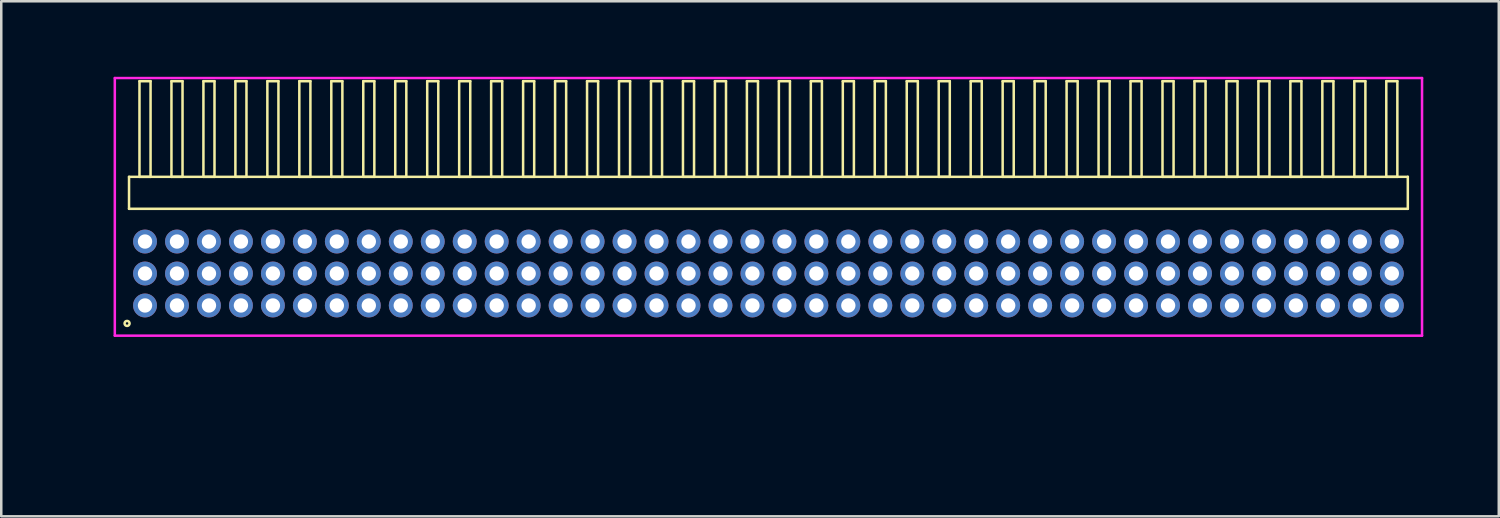
<source format=kicad_pcb>
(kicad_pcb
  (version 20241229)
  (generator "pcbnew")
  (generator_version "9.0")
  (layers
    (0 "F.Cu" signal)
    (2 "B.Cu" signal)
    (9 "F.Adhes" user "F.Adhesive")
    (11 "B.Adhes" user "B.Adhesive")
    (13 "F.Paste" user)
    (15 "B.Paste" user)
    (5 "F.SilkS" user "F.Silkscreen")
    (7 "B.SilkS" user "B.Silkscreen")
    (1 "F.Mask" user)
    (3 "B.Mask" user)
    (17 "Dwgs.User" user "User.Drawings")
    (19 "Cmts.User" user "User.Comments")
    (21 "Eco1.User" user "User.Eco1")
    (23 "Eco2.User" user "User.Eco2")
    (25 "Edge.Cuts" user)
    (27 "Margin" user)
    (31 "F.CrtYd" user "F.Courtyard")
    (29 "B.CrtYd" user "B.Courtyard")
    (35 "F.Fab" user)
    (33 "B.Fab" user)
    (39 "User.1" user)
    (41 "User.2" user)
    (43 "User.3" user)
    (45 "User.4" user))
  (footprint "HDR_RA127P40x3"
    (layer "F.Cu")
    (at 27.476 7.815)
    (property "Reference" "HDR_RA127P40x3" (at -26.715 0 90) (layer "User.1") (effects (font (size 1 1) (thickness 0.1))))
    (attr through_hole)
    (fp_line (start -25.4 -3.84) (end -25.4 -2.57) (stroke (width 0.1) (type solid)) (layer "F.SilkS"))
    (fp_line (start -25.4 -2.57) (end 25.4 -2.57) (stroke (width 0.1) (type solid)) (layer "F.SilkS"))
    (fp_line (start -24.985 -7.64) (end -24.985 -3.84) (stroke (width 0.1) (type solid)) (layer "F.SilkS"))
    (fp_line (start -24.985 -3.84) (end -24.545 -3.84) (stroke (width 0.1) (type solid)) (layer "F.SilkS"))
    (fp_line (start -24.545 -7.64) (end -24.985 -7.64) (stroke (width 0.1) (type solid)) (layer "F.SilkS"))
    (fp_line (start -24.545 -3.84) (end -24.545 -7.64) (stroke (width 0.1) (type solid)) (layer "F.SilkS"))
    (fp_line (start -23.715 -7.64) (end -23.715 -3.84) (stroke (width 0.1) (type solid)) (layer "F.SilkS"))
    (fp_line (start -23.715 -3.84) (end -23.275 -3.84) (stroke (width 0.1) (type solid)) (layer "F.SilkS"))
    (fp_line (start -23.275 -7.64) (end -23.715 -7.64) (stroke (width 0.1) (type solid)) (layer "F.SilkS"))
    (fp_line (start -23.275 -3.84) (end -23.275 -7.64) (stroke (width 0.1) (type solid)) (layer "F.SilkS"))
    (fp_line (start -22.445 -7.64) (end -22.445 -3.84) (stroke (width 0.1) (type solid)) (layer "F.SilkS"))
    (fp_line (start -22.445 -3.84) (end -22.005 -3.84) (stroke (width 0.1) (type solid)) (layer "F.SilkS"))
    (fp_line (start -22.005 -7.64) (end -22.445 -7.64) (stroke (width 0.1) (type solid)) (layer "F.SilkS"))
    (fp_line (start -22.005 -3.84) (end -22.005 -7.64) (stroke (width 0.1) (type solid)) (layer "F.SilkS"))
    (fp_line (start -21.175 -7.64) (end -21.175 -3.84) (stroke (width 0.1) (type solid)) (layer "F.SilkS"))
    (fp_line (start -21.175 -3.84) (end -20.735 -3.84) (stroke (width 0.1) (type solid)) (layer "F.SilkS"))
    (fp_line (start -20.735 -7.64) (end -21.175 -7.64) (stroke (width 0.1) (type solid)) (layer "F.SilkS"))
    (fp_line (start -20.735 -3.84) (end -20.735 -7.64) (stroke (width 0.1) (type solid)) (layer "F.SilkS"))
    (fp_line (start -19.905 -7.64) (end -19.905 -3.84) (stroke (width 0.1) (type solid)) (layer "F.SilkS"))
    (fp_line (start -19.905 -3.84) (end -19.465 -3.84) (stroke (width 0.1) (type solid)) (layer "F.SilkS"))
    (fp_line (start -19.465 -7.64) (end -19.905 -7.64) (stroke (width 0.1) (type solid)) (layer "F.SilkS"))
    (fp_line (start -19.465 -3.84) (end -19.465 -7.64) (stroke (width 0.1) (type solid)) (layer "F.SilkS"))
    (fp_line (start -18.635 -7.64) (end -18.635 -3.84) (stroke (width 0.1) (type solid)) (layer "F.SilkS"))
    (fp_line (start -18.635 -3.84) (end -18.195 -3.84) (stroke (width 0.1) (type solid)) (layer "F.SilkS"))
    (fp_line (start -18.195 -7.64) (end -18.635 -7.64) (stroke (width 0.1) (type solid)) (layer "F.SilkS"))
    (fp_line (start -18.195 -3.84) (end -18.195 -7.64) (stroke (width 0.1) (type solid)) (layer "F.SilkS"))
    (fp_line (start -17.365 -7.64) (end -17.365 -3.84) (stroke (width 0.1) (type solid)) (layer "F.SilkS"))
    (fp_line (start -17.365 -3.84) (end -16.925 -3.84) (stroke (width 0.1) (type solid)) (layer "F.SilkS"))
    (fp_line (start -16.925 -7.64) (end -17.365 -7.64) (stroke (width 0.1) (type solid)) (layer "F.SilkS"))
    (fp_line (start -16.925 -3.84) (end -16.925 -7.64) (stroke (width 0.1) (type solid)) (layer "F.SilkS"))
    (fp_line (start -16.095 -7.64) (end -16.095 -3.84) (stroke (width 0.1) (type solid)) (layer "F.SilkS"))
    (fp_line (start -16.095 -3.84) (end -15.655 -3.84) (stroke (width 0.1) (type solid)) (layer "F.SilkS"))
    (fp_line (start -15.655 -7.64) (end -16.095 -7.64) (stroke (width 0.1) (type solid)) (layer "F.SilkS"))
    (fp_line (start -15.655 -3.84) (end -15.655 -7.64) (stroke (width 0.1) (type solid)) (layer "F.SilkS"))
    (fp_line (start -14.825 -7.64) (end -14.825 -3.84) (stroke (width 0.1) (type solid)) (layer "F.SilkS"))
    (fp_line (start -14.825 -3.84) (end -14.385 -3.84) (stroke (width 0.1) (type solid)) (layer "F.SilkS"))
    (fp_line (start -14.385 -7.64) (end -14.825 -7.64) (stroke (width 0.1) (type solid)) (layer "F.SilkS"))
    (fp_line (start -14.385 -3.84) (end -14.385 -7.64) (stroke (width 0.1) (type solid)) (layer "F.SilkS"))
    (fp_line (start -13.555 -7.64) (end -13.555 -3.84) (stroke (width 0.1) (type solid)) (layer "F.SilkS"))
    (fp_line (start -13.555 -3.84) (end -13.115 -3.84) (stroke (width 0.1) (type solid)) (layer "F.SilkS"))
    (fp_line (start -13.115 -7.64) (end -13.555 -7.64) (stroke (width 0.1) (type solid)) (layer "F.SilkS"))
    (fp_line (start -13.115 -3.84) (end -13.115 -7.64) (stroke (width 0.1) (type solid)) (layer "F.SilkS"))
    (fp_line (start -12.285 -7.64) (end -12.285 -3.84) (stroke (width 0.1) (type solid)) (layer "F.SilkS"))
    (fp_line (start -12.285 -3.84) (end -11.845 -3.84) (stroke (width 0.1) (type solid)) (layer "F.SilkS"))
    (fp_line (start -11.845 -7.64) (end -12.285 -7.64) (stroke (width 0.1) (type solid)) (layer "F.SilkS"))
    (fp_line (start -11.845 -3.84) (end -11.845 -7.64) (stroke (width 0.1) (type solid)) (layer "F.SilkS"))
    (fp_line (start -11.015 -7.64) (end -11.015 -3.84) (stroke (width 0.1) (type solid)) (layer "F.SilkS"))
    (fp_line (start -11.015 -3.84) (end -10.575 -3.84) (stroke (width 0.1) (type solid)) (layer "F.SilkS"))
    (fp_line (start -10.575 -7.64) (end -11.015 -7.64) (stroke (width 0.1) (type solid)) (layer "F.SilkS"))
    (fp_line (start -10.575 -3.84) (end -10.575 -7.64) (stroke (width 0.1) (type solid)) (layer "F.SilkS"))
    (fp_line (start -9.745 -7.64) (end -9.745 -3.84) (stroke (width 0.1) (type solid)) (layer "F.SilkS"))
    (fp_line (start -9.745 -3.84) (end -9.305 -3.84) (stroke (width 0.1) (type solid)) (layer "F.SilkS"))
    (fp_line (start -9.305 -7.64) (end -9.745 -7.64) (stroke (width 0.1) (type solid)) (layer "F.SilkS"))
    (fp_line (start -9.305 -3.84) (end -9.305 -7.64) (stroke (width 0.1) (type solid)) (layer "F.SilkS"))
    (fp_line (start -8.475 -7.64) (end -8.475 -3.84) (stroke (width 0.1) (type solid)) (layer "F.SilkS"))
    (fp_line (start -8.475 -3.84) (end -8.035 -3.84) (stroke (width 0.1) (type solid)) (layer "F.SilkS"))
    (fp_line (start -8.035 -7.64) (end -8.475 -7.64) (stroke (width 0.1) (type solid)) (layer "F.SilkS"))
    (fp_line (start -8.035 -3.84) (end -8.035 -7.64) (stroke (width 0.1) (type solid)) (layer "F.SilkS"))
    (fp_line (start -7.205 -7.64) (end -7.205 -3.84) (stroke (width 0.1) (type solid)) (layer "F.SilkS"))
    (fp_line (start -7.205 -3.84) (end -6.765 -3.84) (stroke (width 0.1) (type solid)) (layer "F.SilkS"))
    (fp_line (start -6.765 -7.64) (end -7.205 -7.64) (stroke (width 0.1) (type solid)) (layer "F.SilkS"))
    (fp_line (start -6.765 -3.84) (end -6.765 -7.64) (stroke (width 0.1) (type solid)) (layer "F.SilkS"))
    (fp_line (start -5.935 -7.64) (end -5.935 -3.84) (stroke (width 0.1) (type solid)) (layer "F.SilkS"))
    (fp_line (start -5.935 -3.84) (end -5.495 -3.84) (stroke (width 0.1) (type solid)) (layer "F.SilkS"))
    (fp_line (start -5.495 -7.64) (end -5.935 -7.64) (stroke (width 0.1) (type solid)) (layer "F.SilkS"))
    (fp_line (start -5.495 -3.84) (end -5.495 -7.64) (stroke (width 0.1) (type solid)) (layer "F.SilkS"))
    (fp_line (start -4.665 -7.64) (end -4.665 -3.84) (stroke (width 0.1) (type solid)) (layer "F.SilkS"))
    (fp_line (start -4.665 -3.84) (end -4.225 -3.84) (stroke (width 0.1) (type solid)) (layer "F.SilkS"))
    (fp_line (start -4.225 -7.64) (end -4.665 -7.64) (stroke (width 0.1) (type solid)) (layer "F.SilkS"))
    (fp_line (start -4.225 -3.84) (end -4.225 -7.64) (stroke (width 0.1) (type solid)) (layer "F.SilkS"))
    (fp_line (start -3.395 -7.64) (end -3.395 -3.84) (stroke (width 0.1) (type solid)) (layer "F.SilkS"))
    (fp_line (start -3.395 -3.84) (end -2.955 -3.84) (stroke (width 0.1) (type solid)) (layer "F.SilkS"))
    (fp_line (start -2.955 -7.64) (end -3.395 -7.64) (stroke (width 0.1) (type solid)) (layer "F.SilkS"))
    (fp_line (start -2.955 -3.84) (end -2.955 -7.64) (stroke (width 0.1) (type solid)) (layer "F.SilkS"))
    (fp_line (start -2.125 -7.64) (end -2.125 -3.84) (stroke (width 0.1) (type solid)) (layer "F.SilkS"))
    (fp_line (start -2.125 -3.84) (end -1.685 -3.84) (stroke (width 0.1) (type solid)) (layer "F.SilkS"))
    (fp_line (start -1.685 -7.64) (end -2.125 -7.64) (stroke (width 0.1) (type solid)) (layer "F.SilkS"))
    (fp_line (start -1.685 -3.84) (end -1.685 -7.64) (stroke (width 0.1) (type solid)) (layer "F.SilkS"))
    (fp_line (start -0.855 -7.64) (end -0.855 -3.84) (stroke (width 0.1) (type solid)) (layer "F.SilkS"))
    (fp_line (start -0.855 -3.84) (end -0.415 -3.84) (stroke (width 0.1) (type solid)) (layer "F.SilkS"))
    (fp_line (start -0.415 -7.64) (end -0.855 -7.64) (stroke (width 0.1) (type solid)) (layer "F.SilkS"))
    (fp_line (start -0.415 -3.84) (end -0.415 -7.64) (stroke (width 0.1) (type solid)) (layer "F.SilkS"))
    (fp_line (start 0.415 -7.64) (end 0.415 -3.84) (stroke (width 0.1) (type solid)) (layer "F.SilkS"))
    (fp_line (start 0.415 -3.84) (end 0.855 -3.84) (stroke (width 0.1) (type solid)) (layer "F.SilkS"))
    (fp_line (start 0.855 -7.64) (end 0.415 -7.64) (stroke (width 0.1) (type solid)) (layer "F.SilkS"))
    (fp_line (start 0.855 -3.84) (end 0.855 -7.64) (stroke (width 0.1) (type solid)) (layer "F.SilkS"))
    (fp_line (start 1.685 -7.64) (end 1.685 -3.84) (stroke (width 0.1) (type solid)) (layer "F.SilkS"))
    (fp_line (start 1.685 -3.84) (end 2.125 -3.84) (stroke (width 0.1) (type solid)) (layer "F.SilkS"))
    (fp_line (start 2.125 -7.64) (end 1.685 -7.64) (stroke (width 0.1) (type solid)) (layer "F.SilkS"))
    (fp_line (start 2.125 -3.84) (end 2.125 -7.64) (stroke (width 0.1) (type solid)) (layer "F.SilkS"))
    (fp_line (start 2.955 -7.64) (end 2.955 -3.84) (stroke (width 0.1) (type solid)) (layer "F.SilkS"))
    (fp_line (start 2.955 -3.84) (end 3.395 -3.84) (stroke (width 0.1) (type solid)) (layer "F.SilkS"))
    (fp_line (start 3.395 -7.64) (end 2.955 -7.64) (stroke (width 0.1) (type solid)) (layer "F.SilkS"))
    (fp_line (start 3.395 -3.84) (end 3.395 -7.64) (stroke (width 0.1) (type solid)) (layer "F.SilkS"))
    (fp_line (start 4.225 -7.64) (end 4.225 -3.84) (stroke (width 0.1) (type solid)) (layer "F.SilkS"))
    (fp_line (start 4.225 -3.84) (end 4.665 -3.84) (stroke (width 0.1) (type solid)) (layer "F.SilkS"))
    (fp_line (start 4.665 -7.64) (end 4.225 -7.64) (stroke (width 0.1) (type solid)) (layer "F.SilkS"))
    (fp_line (start 4.665 -3.84) (end 4.665 -7.64) (stroke (width 0.1) (type solid)) (layer "F.SilkS"))
    (fp_line (start 5.495 -7.64) (end 5.495 -3.84) (stroke (width 0.1) (type solid)) (layer "F.SilkS"))
    (fp_line (start 5.495 -3.84) (end 5.935 -3.84) (stroke (width 0.1) (type solid)) (layer "F.SilkS"))
    (fp_line (start 5.935 -7.64) (end 5.495 -7.64) (stroke (width 0.1) (type solid)) (layer "F.SilkS"))
    (fp_line (start 5.935 -3.84) (end 5.935 -7.64) (stroke (width 0.1) (type solid)) (layer "F.SilkS"))
    (fp_line (start 6.765 -7.64) (end 6.765 -3.84) (stroke (width 0.1) (type solid)) (layer "F.SilkS"))
    (fp_line (start 6.765 -3.84) (end 7.205 -3.84) (stroke (width 0.1) (type solid)) (layer "F.SilkS"))
    (fp_line (start 7.205 -7.64) (end 6.765 -7.64) (stroke (width 0.1) (type solid)) (layer "F.SilkS"))
    (fp_line (start 7.205 -3.84) (end 7.205 -7.64) (stroke (width 0.1) (type solid)) (layer "F.SilkS"))
    (fp_line (start 8.035 -7.64) (end 8.035 -3.84) (stroke (width 0.1) (type solid)) (layer "F.SilkS"))
    (fp_line (start 8.035 -3.84) (end 8.475 -3.84) (stroke (width 0.1) (type solid)) (layer "F.SilkS"))
    (fp_line (start 8.475 -7.64) (end 8.035 -7.64) (stroke (width 0.1) (type solid)) (layer "F.SilkS"))
    (fp_line (start 8.475 -3.84) (end 8.475 -7.64) (stroke (width 0.1) (type solid)) (layer "F.SilkS"))
    (fp_line (start 9.305 -7.64) (end 9.305 -3.84) (stroke (width 0.1) (type solid)) (layer "F.SilkS"))
    (fp_line (start 9.305 -3.84) (end 9.745 -3.84) (stroke (width 0.1) (type solid)) (layer "F.SilkS"))
    (fp_line (start 9.745 -7.64) (end 9.305 -7.64) (stroke (width 0.1) (type solid)) (layer "F.SilkS"))
    (fp_line (start 9.745 -3.84) (end 9.745 -7.64) (stroke (width 0.1) (type solid)) (layer "F.SilkS"))
    (fp_line (start 10.575 -7.64) (end 10.575 -3.84) (stroke (width 0.1) (type solid)) (layer "F.SilkS"))
    (fp_line (start 10.575 -3.84) (end 11.015 -3.84) (stroke (width 0.1) (type solid)) (layer "F.SilkS"))
    (fp_line (start 11.015 -7.64) (end 10.575 -7.64) (stroke (width 0.1) (type solid)) (layer "F.SilkS"))
    (fp_line (start 11.015 -3.84) (end 11.015 -7.64) (stroke (width 0.1) (type solid)) (layer "F.SilkS"))
    (fp_line (start 11.845 -7.64) (end 11.845 -3.84) (stroke (width 0.1) (type solid)) (layer "F.SilkS"))
    (fp_line (start 11.845 -3.84) (end 12.285 -3.84) (stroke (width 0.1) (type solid)) (layer "F.SilkS"))
    (fp_line (start 12.285 -7.64) (end 11.845 -7.64) (stroke (width 0.1) (type solid)) (layer "F.SilkS"))
    (fp_line (start 12.285 -3.84) (end 12.285 -7.64) (stroke (width 0.1) (type solid)) (layer "F.SilkS"))
    (fp_line (start 13.115 -7.64) (end 13.115 -3.84) (stroke (width 0.1) (type solid)) (layer "F.SilkS"))
    (fp_line (start 13.115 -3.84) (end 13.555 -3.84) (stroke (width 0.1) (type solid)) (layer "F.SilkS"))
    (fp_line (start 13.555 -7.64) (end 13.115 -7.64) (stroke (width 0.1) (type solid)) (layer "F.SilkS"))
    (fp_line (start 13.555 -3.84) (end 13.555 -7.64) (stroke (width 0.1) (type solid)) (layer "F.SilkS"))
    (fp_line (start 14.385 -7.64) (end 14.385 -3.84) (stroke (width 0.1) (type solid)) (layer "F.SilkS"))
    (fp_line (start 14.385 -3.84) (end 14.825 -3.84) (stroke (width 0.1) (type solid)) (layer "F.SilkS"))
    (fp_line (start 14.825 -7.64) (end 14.385 -7.64) (stroke (width 0.1) (type solid)) (layer "F.SilkS"))
    (fp_line (start 14.825 -3.84) (end 14.825 -7.64) (stroke (width 0.1) (type solid)) (layer "F.SilkS"))
    (fp_line (start 15.655 -7.64) (end 15.655 -3.84) (stroke (width 0.1) (type solid)) (layer "F.SilkS"))
    (fp_line (start 15.655 -3.84) (end 16.095 -3.84) (stroke (width 0.1) (type solid)) (layer "F.SilkS"))
    (fp_line (start 16.095 -7.64) (end 15.655 -7.64) (stroke (width 0.1) (type solid)) (layer "F.SilkS"))
    (fp_line (start 16.095 -3.84) (end 16.095 -7.64) (stroke (width 0.1) (type solid)) (layer "F.SilkS"))
    (fp_line (start 16.925 -7.64) (end 16.925 -3.84) (stroke (width 0.1) (type solid)) (layer "F.SilkS"))
    (fp_line (start 16.925 -3.84) (end 17.365 -3.84) (stroke (width 0.1) (type solid)) (layer "F.SilkS"))
    (fp_line (start 17.365 -7.64) (end 16.925 -7.64) (stroke (width 0.1) (type solid)) (layer "F.SilkS"))
    (fp_line (start 17.365 -3.84) (end 17.365 -7.64) (stroke (width 0.1) (type solid)) (layer "F.SilkS"))
    (fp_line (start 18.195 -7.64) (end 18.195 -3.84) (stroke (width 0.1) (type solid)) (layer "F.SilkS"))
    (fp_line (start 18.195 -3.84) (end 18.635 -3.84) (stroke (width 0.1) (type solid)) (layer "F.SilkS"))
    (fp_line (start 18.635 -7.64) (end 18.195 -7.64) (stroke (width 0.1) (type solid)) (layer "F.SilkS"))
    (fp_line (start 18.635 -3.84) (end 18.635 -7.64) (stroke (width 0.1) (type solid)) (layer "F.SilkS"))
    (fp_line (start 19.465 -7.64) (end 19.465 -3.84) (stroke (width 0.1) (type solid)) (layer "F.SilkS"))
    (fp_line (start 19.465 -3.84) (end 19.905 -3.84) (stroke (width 0.1) (type solid)) (layer "F.SilkS"))
    (fp_line (start 19.905 -7.64) (end 19.465 -7.64) (stroke (width 0.1) (type solid)) (layer "F.SilkS"))
    (fp_line (start 19.905 -3.84) (end 19.905 -7.64) (stroke (width 0.1) (type solid)) (layer "F.SilkS"))
    (fp_line (start 20.735 -7.64) (end 20.735 -3.84) (stroke (width 0.1) (type solid)) (layer "F.SilkS"))
    (fp_line (start 20.735 -3.84) (end 21.175 -3.84) (stroke (width 0.1) (type solid)) (layer "F.SilkS"))
    (fp_line (start 21.175 -7.64) (end 20.735 -7.64) (stroke (width 0.1) (type solid)) (layer "F.SilkS"))
    (fp_line (start 21.175 -3.84) (end 21.175 -7.64) (stroke (width 0.1) (type solid)) (layer "F.SilkS"))
    (fp_line (start 22.005 -7.64) (end 22.005 -3.84) (stroke (width 0.1) (type solid)) (layer "F.SilkS"))
    (fp_line (start 22.005 -3.84) (end 22.445 -3.84) (stroke (width 0.1) (type solid)) (layer "F.SilkS"))
    (fp_line (start 22.445 -7.64) (end 22.005 -7.64) (stroke (width 0.1) (type solid)) (layer "F.SilkS"))
    (fp_line (start 22.445 -3.84) (end 22.445 -7.64) (stroke (width 0.1) (type solid)) (layer "F.SilkS"))
    (fp_line (start 23.275 -7.64) (end 23.275 -3.84) (stroke (width 0.1) (type solid)) (layer "F.SilkS"))
    (fp_line (start 23.275 -3.84) (end 23.715 -3.84) (stroke (width 0.1) (type solid)) (layer "F.SilkS"))
    (fp_line (start 23.715 -7.64) (end 23.275 -7.64) (stroke (width 0.1) (type solid)) (layer "F.SilkS"))
    (fp_line (start 23.715 -3.84) (end 23.715 -7.64) (stroke (width 0.1) (type solid)) (layer "F.SilkS"))
    (fp_line (start 24.545 -7.64) (end 24.545 -3.84) (stroke (width 0.1) (type solid)) (layer "F.SilkS"))
    (fp_line (start 24.545 -3.84) (end 24.985 -3.84) (stroke (width 0.1) (type solid)) (layer "F.SilkS"))
    (fp_line (start 24.985 -7.64) (end 24.545 -7.64) (stroke (width 0.1) (type solid)) (layer "F.SilkS"))
    (fp_line (start 24.985 -3.84) (end 24.985 -7.64) (stroke (width 0.1) (type solid)) (layer "F.SilkS"))
    (fp_line (start 25.4 -3.84) (end -25.4 -3.84) (stroke (width 0.1) (type solid)) (layer "F.SilkS"))
    (fp_line (start 25.4 -2.57) (end 25.4 -3.84) (stroke (width 0.1) (type solid)) (layer "F.SilkS"))
    (fp_circle (center -25.478 1.983) (end -25.378 1.983) (stroke (width 0.1) (type solid)) (fill no) (layer "F.SilkS"))
    (fp_line (start -25.965 -7.765) (end -25.965 2.47) (stroke (width 0.1) (type solid)) (layer "F.CrtYd"))
    (fp_line (start -25.965 2.47) (end 25.965 2.47) (stroke (width 0.1) (type solid)) (layer "F.CrtYd"))
    (fp_line (start 25.965 -7.765) (end -25.965 -7.765) (stroke (width 0.1) (type solid)) (layer "F.CrtYd"))
    (fp_line (start 25.965 2.47) (end 25.965 -7.765) (stroke (width 0.1) (type solid)) (layer "F.CrtYd"))
    (pad "1" thru_hole oval (at -24.765 1.27) (size 0.95 0.95) (drill 0.57) (layers "*.Cu" "*.Mask"))
    (pad "2" thru_hole oval (at -24.765 0) (size 0.95 0.95) (drill 0.57) (layers "*.Cu" "*.Mask"))
    (pad "3" thru_hole oval (at -24.765 -1.27) (size 0.95 0.95) (drill 0.57) (layers "*.Cu" "*.Mask"))
    (pad "4" thru_hole oval (at -23.495 1.27) (size 0.95 0.95) (drill 0.57) (layers "*.Cu" "*.Mask"))
    (pad "5" thru_hole oval (at -23.495 0) (size 0.95 0.95) (drill 0.57) (layers "*.Cu" "*.Mask"))
    (pad "6" thru_hole oval (at -23.495 -1.27) (size 0.95 0.95) (drill 0.57) (layers "*.Cu" "*.Mask"))
    (pad "7" thru_hole oval (at -22.225 1.27) (size 0.95 0.95) (drill 0.57) (layers "*.Cu" "*.Mask"))
    (pad "8" thru_hole oval (at -22.225 0) (size 0.95 0.95) (drill 0.57) (layers "*.Cu" "*.Mask"))
    (pad "9" thru_hole oval (at -22.225 -1.27) (size 0.95 0.95) (drill 0.57) (layers "*.Cu" "*.Mask"))
    (pad "10" thru_hole oval (at -20.955 1.27) (size 0.95 0.95) (drill 0.57) (layers "*.Cu" "*.Mask"))
    (pad "11" thru_hole oval (at -20.955 0) (size 0.95 0.95) (drill 0.57) (layers "*.Cu" "*.Mask"))
    (pad "12" thru_hole oval (at -20.955 -1.27) (size 0.95 0.95) (drill 0.57) (layers "*.Cu" "*.Mask"))
    (pad "13" thru_hole oval (at -19.685 1.27) (size 0.95 0.95) (drill 0.57) (layers "*.Cu" "*.Mask"))
    (pad "14" thru_hole oval (at -19.685 0) (size 0.95 0.95) (drill 0.57) (layers "*.Cu" "*.Mask"))
    (pad "15" thru_hole oval (at -19.685 -1.27) (size 0.95 0.95) (drill 0.57) (layers "*.Cu" "*.Mask"))
    (pad "16" thru_hole oval (at -18.415 1.27) (size 0.95 0.95) (drill 0.57) (layers "*.Cu" "*.Mask"))
    (pad "17" thru_hole oval (at -18.415 0) (size 0.95 0.95) (drill 0.57) (layers "*.Cu" "*.Mask"))
    (pad "18" thru_hole oval (at -18.415 -1.27) (size 0.95 0.95) (drill 0.57) (layers "*.Cu" "*.Mask"))
    (pad "19" thru_hole oval (at -17.145 1.27) (size 0.95 0.95) (drill 0.57) (layers "*.Cu" "*.Mask"))
    (pad "20" thru_hole oval (at -17.145 0) (size 0.95 0.95) (drill 0.57) (layers "*.Cu" "*.Mask"))
    (pad "21" thru_hole oval (at -17.145 -1.27) (size 0.95 0.95) (drill 0.57) (layers "*.Cu" "*.Mask"))
    (pad "22" thru_hole oval (at -15.875 1.27) (size 0.95 0.95) (drill 0.57) (layers "*.Cu" "*.Mask"))
    (pad "23" thru_hole oval (at -15.875 0) (size 0.95 0.95) (drill 0.57) (layers "*.Cu" "*.Mask"))
    (pad "24" thru_hole oval (at -15.875 -1.27) (size 0.95 0.95) (drill 0.57) (layers "*.Cu" "*.Mask"))
    (pad "25" thru_hole oval (at -14.605 1.27) (size 0.95 0.95) (drill 0.57) (layers "*.Cu" "*.Mask"))
    (pad "26" thru_hole oval (at -14.605 0) (size 0.95 0.95) (drill 0.57) (layers "*.Cu" "*.Mask"))
    (pad "27" thru_hole oval (at -14.605 -1.27) (size 0.95 0.95) (drill 0.57) (layers "*.Cu" "*.Mask"))
    (pad "28" thru_hole oval (at -13.335 1.27) (size 0.95 0.95) (drill 0.57) (layers "*.Cu" "*.Mask"))
    (pad "29" thru_hole oval (at -13.335 0) (size 0.95 0.95) (drill 0.57) (layers "*.Cu" "*.Mask"))
    (pad "30" thru_hole oval (at -13.335 -1.27) (size 0.95 0.95) (drill 0.57) (layers "*.Cu" "*.Mask"))
    (pad "31" thru_hole oval (at -12.065 1.27) (size 0.95 0.95) (drill 0.57) (layers "*.Cu" "*.Mask"))
    (pad "32" thru_hole oval (at -12.065 0) (size 0.95 0.95) (drill 0.57) (layers "*.Cu" "*.Mask"))
    (pad "33" thru_hole oval (at -12.065 -1.27) (size 0.95 0.95) (drill 0.57) (layers "*.Cu" "*.Mask"))
    (pad "34" thru_hole oval (at -10.795 1.27) (size 0.95 0.95) (drill 0.57) (layers "*.Cu" "*.Mask"))
    (pad "35" thru_hole oval (at -10.795 0) (size 0.95 0.95) (drill 0.57) (layers "*.Cu" "*.Mask"))
    (pad "36" thru_hole oval (at -10.795 -1.27) (size 0.95 0.95) (drill 0.57) (layers "*.Cu" "*.Mask"))
    (pad "37" thru_hole oval (at -9.525 1.27) (size 0.95 0.95) (drill 0.57) (layers "*.Cu" "*.Mask"))
    (pad "38" thru_hole oval (at -9.525 0) (size 0.95 0.95) (drill 0.57) (layers "*.Cu" "*.Mask"))
    (pad "39" thru_hole oval (at -9.525 -1.27) (size 0.95 0.95) (drill 0.57) (layers "*.Cu" "*.Mask"))
    (pad "40" thru_hole oval (at -8.255 1.27) (size 0.95 0.95) (drill 0.57) (layers "*.Cu" "*.Mask"))
    (pad "41" thru_hole oval (at -8.255 0) (size 0.95 0.95) (drill 0.57) (layers "*.Cu" "*.Mask"))
    (pad "42" thru_hole oval (at -8.255 -1.27) (size 0.95 0.95) (drill 0.57) (layers "*.Cu" "*.Mask"))
    (pad "43" thru_hole oval (at -6.985 1.27) (size 0.95 0.95) (drill 0.57) (layers "*.Cu" "*.Mask"))
    (pad "44" thru_hole oval (at -6.985 0) (size 0.95 0.95) (drill 0.57) (layers "*.Cu" "*.Mask"))
    (pad "45" thru_hole oval (at -6.985 -1.27) (size 0.95 0.95) (drill 0.57) (layers "*.Cu" "*.Mask"))
    (pad "46" thru_hole oval (at -5.715 1.27) (size 0.95 0.95) (drill 0.57) (layers "*.Cu" "*.Mask"))
    (pad "47" thru_hole oval (at -5.715 0) (size 0.95 0.95) (drill 0.57) (layers "*.Cu" "*.Mask"))
    (pad "48" thru_hole oval (at -5.715 -1.27) (size 0.95 0.95) (drill 0.57) (layers "*.Cu" "*.Mask"))
    (pad "49" thru_hole oval (at -4.445 1.27) (size 0.95 0.95) (drill 0.57) (layers "*.Cu" "*.Mask"))
    (pad "50" thru_hole oval (at -4.445 0) (size 0.95 0.95) (drill 0.57) (layers "*.Cu" "*.Mask"))
    (pad "51" thru_hole oval (at -4.445 -1.27) (size 0.95 0.95) (drill 0.57) (layers "*.Cu" "*.Mask"))
    (pad "52" thru_hole oval (at -3.175 1.27) (size 0.95 0.95) (drill 0.57) (layers "*.Cu" "*.Mask"))
    (pad "53" thru_hole oval (at -3.175 0) (size 0.95 0.95) (drill 0.57) (layers "*.Cu" "*.Mask"))
    (pad "54" thru_hole oval (at -3.175 -1.27) (size 0.95 0.95) (drill 0.57) (layers "*.Cu" "*.Mask"))
    (pad "55" thru_hole oval (at -1.905 1.27) (size 0.95 0.95) (drill 0.57) (layers "*.Cu" "*.Mask"))
    (pad "56" thru_hole oval (at -1.905 0) (size 0.95 0.95) (drill 0.57) (layers "*.Cu" "*.Mask"))
    (pad "57" thru_hole oval (at -1.905 -1.27) (size 0.95 0.95) (drill 0.57) (layers "*.Cu" "*.Mask"))
    (pad "58" thru_hole oval (at -0.635 1.27) (size 0.95 0.95) (drill 0.57) (layers "*.Cu" "*.Mask"))
    (pad "59" thru_hole oval (at -0.635 0) (size 0.95 0.95) (drill 0.57) (layers "*.Cu" "*.Mask"))
    (pad "60" thru_hole oval (at -0.635 -1.27) (size 0.95 0.95) (drill 0.57) (layers "*.Cu" "*.Mask"))
    (pad "61" thru_hole oval (at 0.635 1.27) (size 0.95 0.95) (drill 0.57) (layers "*.Cu" "*.Mask"))
    (pad "62" thru_hole oval (at 0.635 0) (size 0.95 0.95) (drill 0.57) (layers "*.Cu" "*.Mask"))
    (pad "63" thru_hole oval (at 0.635 -1.27) (size 0.95 0.95) (drill 0.57) (layers "*.Cu" "*.Mask"))
    (pad "64" thru_hole oval (at 1.905 1.27) (size 0.95 0.95) (drill 0.57) (layers "*.Cu" "*.Mask"))
    (pad "65" thru_hole oval (at 1.905 0) (size 0.95 0.95) (drill 0.57) (layers "*.Cu" "*.Mask"))
    (pad "66" thru_hole oval (at 1.905 -1.27) (size 0.95 0.95) (drill 0.57) (layers "*.Cu" "*.Mask"))
    (pad "67" thru_hole oval (at 3.175 1.27) (size 0.95 0.95) (drill 0.57) (layers "*.Cu" "*.Mask"))
    (pad "68" thru_hole oval (at 3.175 0) (size 0.95 0.95) (drill 0.57) (layers "*.Cu" "*.Mask"))
    (pad "69" thru_hole oval (at 3.175 -1.27) (size 0.95 0.95) (drill 0.57) (layers "*.Cu" "*.Mask"))
    (pad "70" thru_hole oval (at 4.445 1.27) (size 0.95 0.95) (drill 0.57) (layers "*.Cu" "*.Mask"))
    (pad "71" thru_hole oval (at 4.445 0) (size 0.95 0.95) (drill 0.57) (layers "*.Cu" "*.Mask"))
    (pad "72" thru_hole oval (at 4.445 -1.27) (size 0.95 0.95) (drill 0.57) (layers "*.Cu" "*.Mask"))
    (pad "73" thru_hole oval (at 5.715 1.27) (size 0.95 0.95) (drill 0.57) (layers "*.Cu" "*.Mask"))
    (pad "74" thru_hole oval (at 5.715 0) (size 0.95 0.95) (drill 0.57) (layers "*.Cu" "*.Mask"))
    (pad "75" thru_hole oval (at 5.715 -1.27) (size 0.95 0.95) (drill 0.57) (layers "*.Cu" "*.Mask"))
    (pad "76" thru_hole oval (at 6.985 1.27) (size 0.95 0.95) (drill 0.57) (layers "*.Cu" "*.Mask"))
    (pad "77" thru_hole oval (at 6.985 0) (size 0.95 0.95) (drill 0.57) (layers "*.Cu" "*.Mask"))
    (pad "78" thru_hole oval (at 6.985 -1.27) (size 0.95 0.95) (drill 0.57) (layers "*.Cu" "*.Mask"))
    (pad "79" thru_hole oval (at 8.255 1.27) (size 0.95 0.95) (drill 0.57) (layers "*.Cu" "*.Mask"))
    (pad "80" thru_hole oval (at 8.255 0) (size 0.95 0.95) (drill 0.57) (layers "*.Cu" "*.Mask"))
    (pad "81" thru_hole oval (at 8.255 -1.27) (size 0.95 0.95) (drill 0.57) (layers "*.Cu" "*.Mask"))
    (pad "82" thru_hole oval (at 9.525 1.27) (size 0.95 0.95) (drill 0.57) (layers "*.Cu" "*.Mask"))
    (pad "83" thru_hole oval (at 9.525 0) (size 0.95 0.95) (drill 0.57) (layers "*.Cu" "*.Mask"))
    (pad "84" thru_hole oval (at 9.525 -1.27) (size 0.95 0.95) (drill 0.57) (layers "*.Cu" "*.Mask"))
    (pad "85" thru_hole oval (at 10.795 1.27) (size 0.95 0.95) (drill 0.57) (layers "*.Cu" "*.Mask"))
    (pad "86" thru_hole oval (at 10.795 0) (size 0.95 0.95) (drill 0.57) (layers "*.Cu" "*.Mask"))
    (pad "87" thru_hole oval (at 10.795 -1.27) (size 0.95 0.95) (drill 0.57) (layers "*.Cu" "*.Mask"))
    (pad "88" thru_hole oval (at 12.065 1.27) (size 0.95 0.95) (drill 0.57) (layers "*.Cu" "*.Mask"))
    (pad "89" thru_hole oval (at 12.065 0) (size 0.95 0.95) (drill 0.57) (layers "*.Cu" "*.Mask"))
    (pad "90" thru_hole oval (at 12.065 -1.27) (size 0.95 0.95) (drill 0.57) (layers "*.Cu" "*.Mask"))
    (pad "91" thru_hole oval (at 13.335 1.27) (size 0.95 0.95) (drill 0.57) (layers "*.Cu" "*.Mask"))
    (pad "92" thru_hole oval (at 13.335 0) (size 0.95 0.95) (drill 0.57) (layers "*.Cu" "*.Mask"))
    (pad "93" thru_hole oval (at 13.335 -1.27) (size 0.95 0.95) (drill 0.57) (layers "*.Cu" "*.Mask"))
    (pad "94" thru_hole oval (at 14.605 1.27) (size 0.95 0.95) (drill 0.57) (layers "*.Cu" "*.Mask"))
    (pad "95" thru_hole oval (at 14.605 0) (size 0.95 0.95) (drill 0.57) (layers "*.Cu" "*.Mask"))
    (pad "96" thru_hole oval (at 14.605 -1.27) (size 0.95 0.95) (drill 0.57) (layers "*.Cu" "*.Mask"))
    (pad "97" thru_hole oval (at 15.875 1.27) (size 0.95 0.95) (drill 0.57) (layers "*.Cu" "*.Mask"))
    (pad "98" thru_hole oval (at 15.875 0) (size 0.95 0.95) (drill 0.57) (layers "*.Cu" "*.Mask"))
    (pad "99" thru_hole oval (at 15.875 -1.27) (size 0.95 0.95) (drill 0.57) (layers "*.Cu" "*.Mask"))
    (pad "100" thru_hole oval (at 17.145 1.27) (size 0.95 0.95) (drill 0.57) (layers "*.Cu" "*.Mask"))
    (pad "101" thru_hole oval (at 17.145 0) (size 0.95 0.95) (drill 0.57) (layers "*.Cu" "*.Mask"))
    (pad "102" thru_hole oval (at 17.145 -1.27) (size 0.95 0.95) (drill 0.57) (layers "*.Cu" "*.Mask"))
    (pad "103" thru_hole oval (at 18.415 1.27) (size 0.95 0.95) (drill 0.57) (layers "*.Cu" "*.Mask"))
    (pad "104" thru_hole oval (at 18.415 0) (size 0.95 0.95) (drill 0.57) (layers "*.Cu" "*.Mask"))
    (pad "105" thru_hole oval (at 18.415 -1.27) (size 0.95 0.95) (drill 0.57) (layers "*.Cu" "*.Mask"))
    (pad "106" thru_hole oval (at 19.685 1.27) (size 0.95 0.95) (drill 0.57) (layers "*.Cu" "*.Mask"))
    (pad "107" thru_hole oval (at 19.685 0) (size 0.95 0.95) (drill 0.57) (layers "*.Cu" "*.Mask"))
    (pad "108" thru_hole oval (at 19.685 -1.27) (size 0.95 0.95) (drill 0.57) (layers "*.Cu" "*.Mask"))
    (pad "109" thru_hole oval (at 20.955 1.27) (size 0.95 0.95) (drill 0.57) (layers "*.Cu" "*.Mask"))
    (pad "110" thru_hole oval (at 20.955 0) (size 0.95 0.95) (drill 0.57) (layers "*.Cu" "*.Mask"))
    (pad "111" thru_hole oval (at 20.955 -1.27) (size 0.95 0.95) (drill 0.57) (layers "*.Cu" "*.Mask"))
    (pad "112" thru_hole oval (at 22.225 1.27) (size 0.95 0.95) (drill 0.57) (layers "*.Cu" "*.Mask"))
    (pad "113" thru_hole oval (at 22.225 0) (size 0.95 0.95) (drill 0.57) (layers "*.Cu" "*.Mask"))
    (pad "114" thru_hole oval (at 22.225 -1.27) (size 0.95 0.95) (drill 0.57) (layers "*.Cu" "*.Mask"))
    (pad "115" thru_hole oval (at 23.495 1.27) (size 0.95 0.95) (drill 0.57) (layers "*.Cu" "*.Mask"))
    (pad "116" thru_hole oval (at 23.495 0) (size 0.95 0.95) (drill 0.57) (layers "*.Cu" "*.Mask"))
    (pad "117" thru_hole oval (at 23.495 -1.27) (size 0.95 0.95) (drill 0.57) (layers "*.Cu" "*.Mask"))
    (pad "118" thru_hole oval (at 24.765 1.27) (size 0.95 0.95) (drill 0.57) (layers "*.Cu" "*.Mask"))
    (pad "119" thru_hole oval (at 24.765 0) (size 0.95 0.95) (drill 0.57) (layers "*.Cu" "*.Mask"))
    (pad "120" thru_hole oval (at 24.765 -1.27) (size 0.95 0.95) (drill 0.57) (layers "*.Cu" "*.Mask")))
  (gr_rect
    (start -3 -3)
    (end 56.49 17.46)
    (stroke (width 0.1) (type default))
    (fill no)
    (layer "Edge.Cuts")))
</source>
